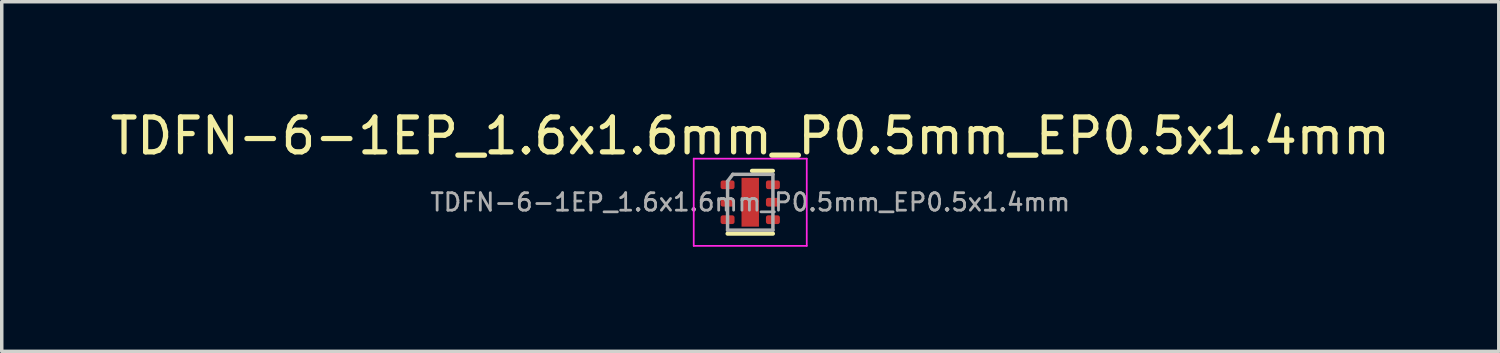
<source format=kicad_pcb>
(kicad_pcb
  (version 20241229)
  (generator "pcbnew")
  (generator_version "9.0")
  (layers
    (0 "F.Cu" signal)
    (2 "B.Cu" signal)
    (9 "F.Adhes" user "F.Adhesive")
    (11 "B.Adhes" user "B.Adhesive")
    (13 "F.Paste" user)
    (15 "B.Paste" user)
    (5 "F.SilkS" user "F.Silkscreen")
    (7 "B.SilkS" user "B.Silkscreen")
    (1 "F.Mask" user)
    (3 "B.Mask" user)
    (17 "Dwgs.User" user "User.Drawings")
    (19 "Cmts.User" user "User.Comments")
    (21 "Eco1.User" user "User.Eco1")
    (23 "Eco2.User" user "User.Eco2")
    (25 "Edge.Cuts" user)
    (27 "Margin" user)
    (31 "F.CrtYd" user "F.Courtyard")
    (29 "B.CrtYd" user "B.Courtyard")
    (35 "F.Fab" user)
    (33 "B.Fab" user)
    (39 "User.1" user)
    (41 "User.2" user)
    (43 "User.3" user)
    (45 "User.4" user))
  (footprint "TDFN-6-1EP_1.6x1.6mm_P0.5mm_EP0.5x1.4mm"
    (layer "F.Cu")
    (at 18.458 2.748)
    (property "Reference" "TDFN-6-1EP_1.6x1.6mm_P0.5mm_EP0.5x1.4mm" (at 0 -1.9 0) (layer "F.SilkS") (effects (font (size 1 1) (thickness 0.15))))
    (attr smd)
    (fp_line (start -0.65 0.9) (end 0.65 0.9) (stroke (width 0.12) (type solid)) (layer "F.SilkS"))
    (fp_line (start 0.05 -0.9) (end 0.65 -0.9) (stroke (width 0.12) (type solid)) (layer "F.SilkS"))
    (fp_line (start -1.62 -1.25) (end -1.62 1.25) (stroke (width 0.05) (type solid)) (layer "F.CrtYd"))
    (fp_line (start -1.62 1.25) (end 1.62 1.25) (stroke (width 0.05) (type solid)) (layer "F.CrtYd"))
    (fp_line (start 1.62 -1.25) (end -1.62 -1.25) (stroke (width 0.05) (type solid)) (layer "F.CrtYd"))
    (fp_line (start 1.62 1.25) (end 1.62 -1.25) (stroke (width 0.05) (type solid)) (layer "F.CrtYd"))
    (fp_line (start -0.65 -0.6) (end -0.5 -0.8) (stroke (width 0.1) (type solid)) (layer "F.Fab"))
    (fp_line (start -0.65 0.8) (end -0.65 -0.6) (stroke (width 0.1) (type solid)) (layer "F.Fab"))
    (fp_line (start -0.5 -0.8) (end 0.65 -0.8) (stroke (width 0.1) (type solid)) (layer "F.Fab"))
    (fp_line (start 0.65 -0.8) (end 0.65 0.8) (stroke (width 0.1) (type solid)) (layer "F.Fab"))
    (fp_line (start 0.65 0.8) (end -0.65 0.8) (stroke (width 0.1) (type solid)) (layer "F.Fab"))
    (fp_text user "${REFERENCE}" (at 0 0 0) (layer "F.Fab") (effects (font (size 0.5 0.5) (thickness 0.08))))
    (pad "" smd roundrect (at 0 -0.355) (size 0.32 0.59) (layers "F.Paste") (roundrect_rratio 0.25))
    (pad "" smd roundrect (at 0 0.355) (size 0.32 0.59) (layers "F.Paste") (roundrect_rratio 0.25))
    (pad "1" smd roundrect (at -0.65 -0.5) (size 0.4 0.25) (layers "F.Cu" "F.Mask" "F.Paste") (roundrect_rratio 0.25))
    (pad "2" smd roundrect (at -0.65 0) (size 0.4 0.25) (layers "F.Cu" "F.Mask" "F.Paste") (roundrect_rratio 0.25))
    (pad "3" smd roundrect (at -0.65 0.5) (size 0.4 0.25) (layers "F.Cu" "F.Mask" "F.Paste") (roundrect_rratio 0.25))
    (pad "4" smd roundrect (at 0.65 0.5) (size 0.4 0.25) (layers "F.Cu" "F.Mask" "F.Paste") (roundrect_rratio 0.25))
    (pad "5" smd roundrect (at 0.65 0) (size 0.4 0.25) (layers "F.Cu" "F.Mask" "F.Paste") (roundrect_rratio 0.25))
    (pad "6" smd roundrect (at 0.65 -0.5) (size 0.4 0.25) (layers "F.Cu" "F.Mask" "F.Paste") (roundrect_rratio 0.25))
    (pad "EP" smd rect (at 0 0) (size 0.5 1.4) (layers "F.Cu" "F.Mask")))
  (gr_rect
    (start -3 -3)
    (end 39.917 7.023)
    (stroke (width 0.1) (type default))
    (fill no)
    (layer "Edge.Cuts")))
</source>
